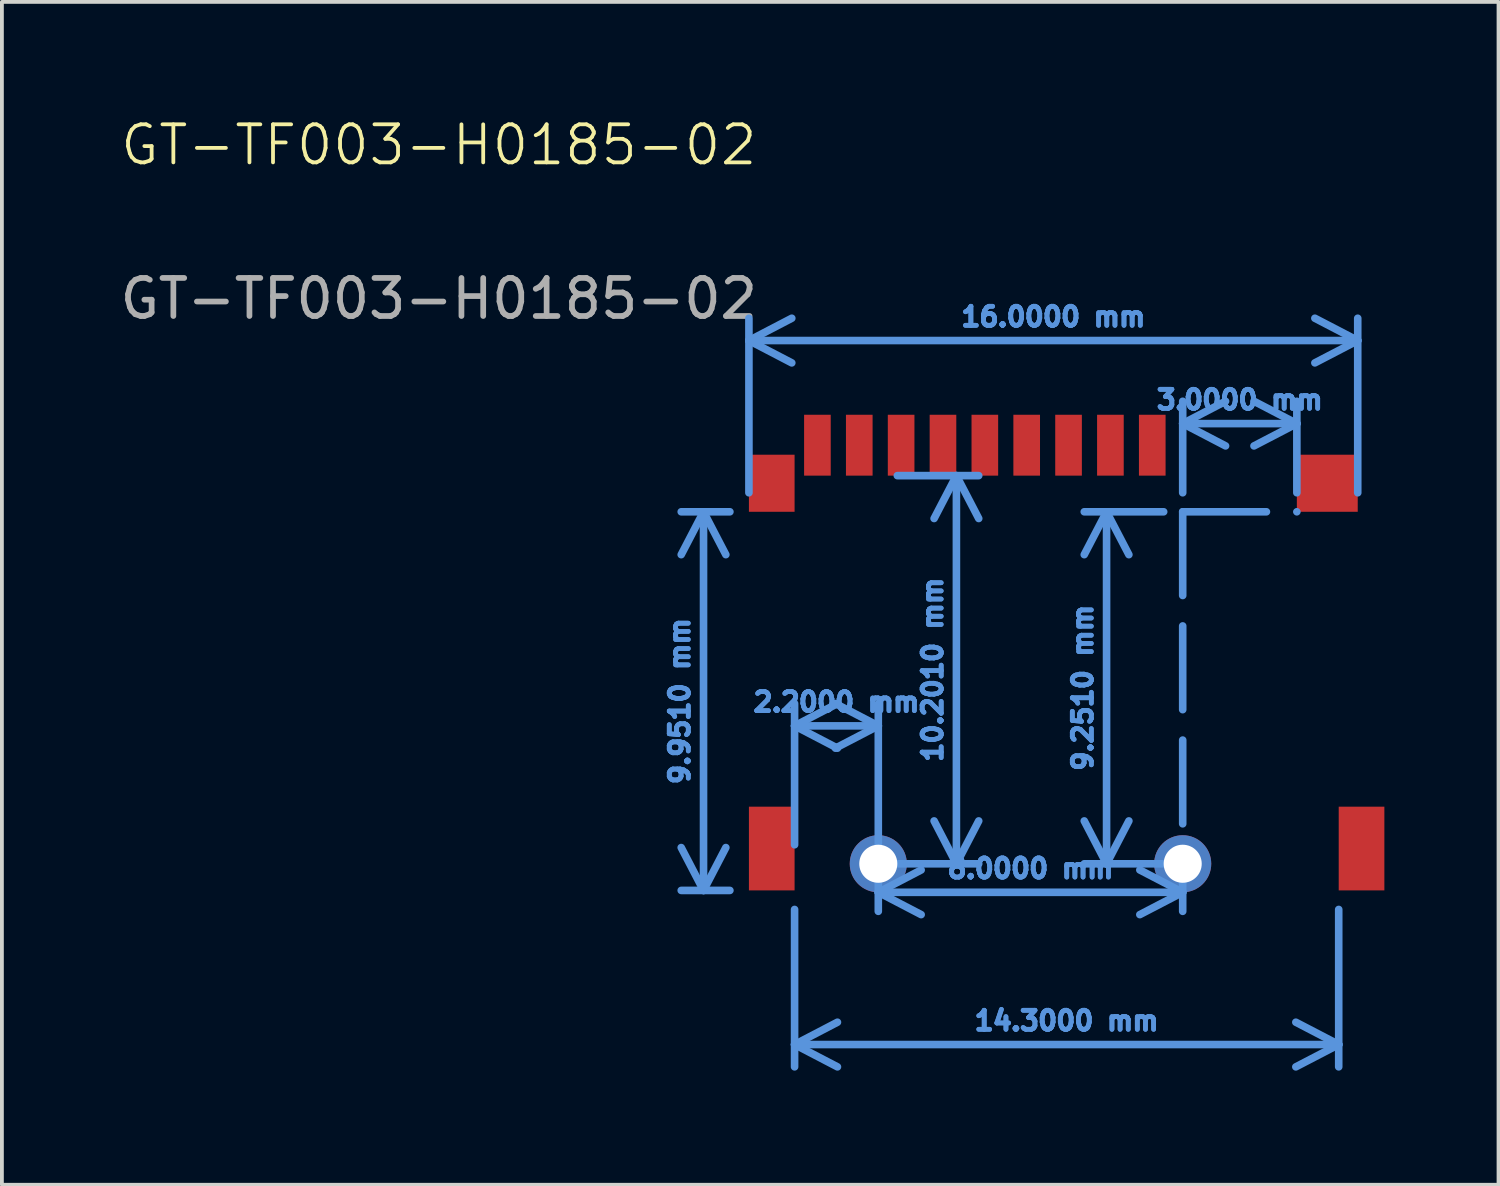
<source format=kicad_pcb>
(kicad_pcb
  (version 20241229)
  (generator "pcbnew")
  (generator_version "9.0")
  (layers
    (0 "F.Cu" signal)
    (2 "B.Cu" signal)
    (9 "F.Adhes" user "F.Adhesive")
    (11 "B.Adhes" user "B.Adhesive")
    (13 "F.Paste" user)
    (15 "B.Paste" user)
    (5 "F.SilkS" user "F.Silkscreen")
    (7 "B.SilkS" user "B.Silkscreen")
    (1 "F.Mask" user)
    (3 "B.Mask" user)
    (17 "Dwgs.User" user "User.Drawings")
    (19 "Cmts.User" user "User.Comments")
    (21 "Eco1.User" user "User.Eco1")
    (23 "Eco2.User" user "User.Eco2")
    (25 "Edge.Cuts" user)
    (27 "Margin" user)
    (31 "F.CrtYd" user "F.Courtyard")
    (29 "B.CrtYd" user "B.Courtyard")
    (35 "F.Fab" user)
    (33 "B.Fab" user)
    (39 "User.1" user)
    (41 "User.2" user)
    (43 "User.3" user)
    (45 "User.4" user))
  (footprint "GT-TF003-H0185-02"
    (layer "F.Cu")
    (at 16.632 8.9)
    (property "Reference" "GT-TF003-H0185-02" (at -8.15 -8.14 0) (unlocked yes) (layer "F.SilkS") (effects (font (size 1 1) (thickness 0.1))))
    (attr smd)
    (fp_line (start 11.4 1.5) (end 11.4 10.75) (stroke (width 0.2) (type dash)) (layer "Cmts.User"))
    (fp_line (start 11.4 1.5) (end 14.4 1.5) (stroke (width 0.2) (type dash)) (layer "Cmts.User"))
    (fp_text user "${REFERENCE}" (at -8.15 -4.1 0) (unlocked yes) (layer "F.Fab") (effects (font (size 1 1) (thickness 0.15))))
    (dimension (type aligned) (layer "Cmts.User") (pts (xy 28.032 19.651) (xy 28.032 10.4)) (height -2.001) (format (prefix "") (suffix "") (units 3) (units_format 1) (precision 4)) (style (thickness 0.2) (arrow_length 1.27) (text_position_mode 0) (arrow_direction outward) (extension_height 0.586) (extension_offset 0.5) (keep_text_aligned yes)) (gr_text "9.2500 mm" (at 25.406 15.025 90) (layer "Cmts.User") (effects (font (size 0.5 0.5) (thickness 0.15) (bold yes)))))
    (dimension (type aligned) (layer "Cmts.User") (pts (xy 20.032 19.651) (xy 20.032 9.45)) (height 2.053) (format (prefix "") (suffix "") (units 3) (units_format 1) (precision 4)) (style (thickness 0.2) (arrow_length 1.27) (text_position_mode 0) (arrow_direction outward) (extension_height 0.586) (extension_offset 0.5) (keep_text_aligned yes)) (gr_text "10.2000 mm" (at 21.46 14.55 90) (layer "Cmts.User") (effects (font (size 0.5 0.5) (thickness 0.15) (bold yes)))))
    (dimension (type aligned) (layer "Cmts.User") (pts (xy 32.632 10.4) (xy 16.632 10.4)) (height 4.5) (format (prefix "") (suffix "") (units 3) (units_format 1) (precision 4)) (style (thickness 0.2) (arrow_length 1.27) (text_position_mode 0) (arrow_direction outward) (extension_height 0.586) (extension_offset 0.5) (keep_text_aligned yes)) (gr_text "16.0000 mm" (at 24.632 5.276 0) (layer "Cmts.User") (effects (font (size 0.5 0.5) (thickness 0.15) (bold yes)))))
    (dimension (type aligned) (layer "Cmts.User") (pts (xy 20.032 19.651) (xy 17.832 19.651)) (height 3.625) (format (prefix "") (suffix "") (units 3) (units_format 1) (precision 4)) (style (thickness 0.2) (arrow_length 1.27) (text_position_mode 0) (arrow_direction outward) (extension_height 0.586) (extension_offset 0.5) (keep_text_aligned yes)) (gr_text "2.2000 mm" (at 18.932 15.401 0) (layer "Cmts.User") (effects (font (size 0.5 0.5) (thickness 0.15) (bold yes)))))
    (dimension (type aligned) (layer "Cmts.User") (pts (xy 28.032 10.4) (xy 31.032 10.4)) (height -2.318) (format (prefix "") (suffix "") (units 3) (units_format 1) (precision 4)) (style (thickness 0.2) (arrow_length 1.27) (text_position_mode 0) (arrow_direction outward) (extension_height 0.586) (extension_offset 0.5) (keep_text_aligned yes)) (gr_text "3.0000 mm" (at 29.532 7.457 0) (layer "Cmts.User") (effects (font (size 0.5 0.5) (thickness 0.15) (bold yes)))))
    (dimension (type aligned) (layer "Cmts.User") (pts (xy 32.132 20.351) (xy 17.832 20.351)) (height -4.05) (format (prefix "") (suffix "") (units 3) (units_format 1) (precision 4)) (style (thickness 0.2) (arrow_length 1.27) (text_position_mode 0) (arrow_direction outward) (extension_height 0.586) (extension_offset 0.5) (keep_text_aligned yes)) (gr_text "14.3000 mm" (at 24.982 23.776 0) (layer "Cmts.User") (effects (font (size 0.5 0.5) (thickness 0.15) (bold yes)))))
    (dimension (type aligned) (layer "Cmts.User") (pts (xy 28.032 21.4) (xy 20.032 21.4)) (height 1) (format (prefix "") (suffix "") (units 3) (units_format 1) (precision 4)) (style (thickness 0.2) (arrow_length 1.27) (text_position_mode 0) (arrow_direction outward) (extension_height 0.586) (extension_offset 0.5) (keep_text_aligned yes)) (gr_text "8.0000 mm" (at 24.032 19.776 0) (layer "Cmts.User") (effects (font (size 0.5 0.5) (thickness 0.15) (bold yes)))))
    (dimension (type aligned) (layer "Cmts.User") (pts (xy 16.632 10.4) (xy 16.632 20.351)) (height 1.193) (format (prefix "") (suffix "") (units 3) (units_format 1) (precision 4)) (style (thickness 0.2) (arrow_length 1.27) (text_position_mode 0) (arrow_direction outward) (extension_height 0.586) (extension_offset 0.5) (keep_text_aligned yes)) (gr_text "9.9500 mm" (at 14.814 15.376 90) (layer "Cmts.User") (effects (font (size 0.5 0.5) (thickness 0.15) (bold yes)))))
    (pad "1" smd rect (at 10.6 -0.25) (size 0.7 1.6) (layers "F.Cu" "F.Mask" "F.Paste"))
    (pad "2" smd rect (at 9.5 -0.25) (size 0.7 1.6) (layers "F.Cu" "F.Mask" "F.Paste"))
    (pad "3" smd rect (at 8.4 -0.25) (size 0.7 1.6) (layers "F.Cu" "F.Mask" "F.Paste"))
    (pad "4" smd rect (at 7.3 -0.25) (size 0.7 1.6) (layers "F.Cu" "F.Mask" "F.Paste"))
    (pad "5" smd rect (at 6.2 -0.25) (size 0.7 1.6) (layers "F.Cu" "F.Mask" "F.Paste"))
    (pad "6" smd rect (at 5.1 -0.25) (size 0.7 1.6) (layers "F.Cu" "F.Mask" "F.Paste"))
    (pad "7" smd rect (at 4 -0.25) (size 0.7 1.6) (layers "F.Cu" "F.Mask" "F.Paste"))
    (pad "8" smd rect (at 2.9 -0.25) (size 0.7 1.6) (layers "F.Cu" "F.Mask" "F.Paste"))
    (pad "9" smd rect (at 1.8 -0.25) (size 0.7 1.6) (layers "F.Cu" "F.Mask" "F.Paste"))
    (pad "10" smd rect (at 0.6 0.75) (size 1.2 1.5) (layers "F.Cu" "F.Mask" "F.Paste"))
    (pad "10" smd rect (at 0.6 10.35) (size 1.2 2.2) (layers "F.Cu" "F.Mask" "F.Paste"))
    (pad "10" thru_hole circle (at 3.4 10.75) (size 1.5 1.5) (drill 1) (layers "*.Cu" "*.Mask"))
    (pad "10" thru_hole circle (at 11.4 10.75) (size 1.5 1.5) (drill 1) (layers "*.Cu" "*.Mask"))
    (pad "10" smd rect (at 15.2 0.75) (size 1.6 1.5) (layers "F.Cu" "F.Mask" "F.Paste"))
    (pad "10" smd rect (at 16.1 10.35) (size 1.2 2.2) (layers "F.Cu" "F.Mask" "F.Paste")))
  (gr_rect
    (start -3 -3)
    (end 36.332 28.087)
    (stroke (width 0.1) (type default))
    (fill no)
    (layer "Edge.Cuts")))
</source>
